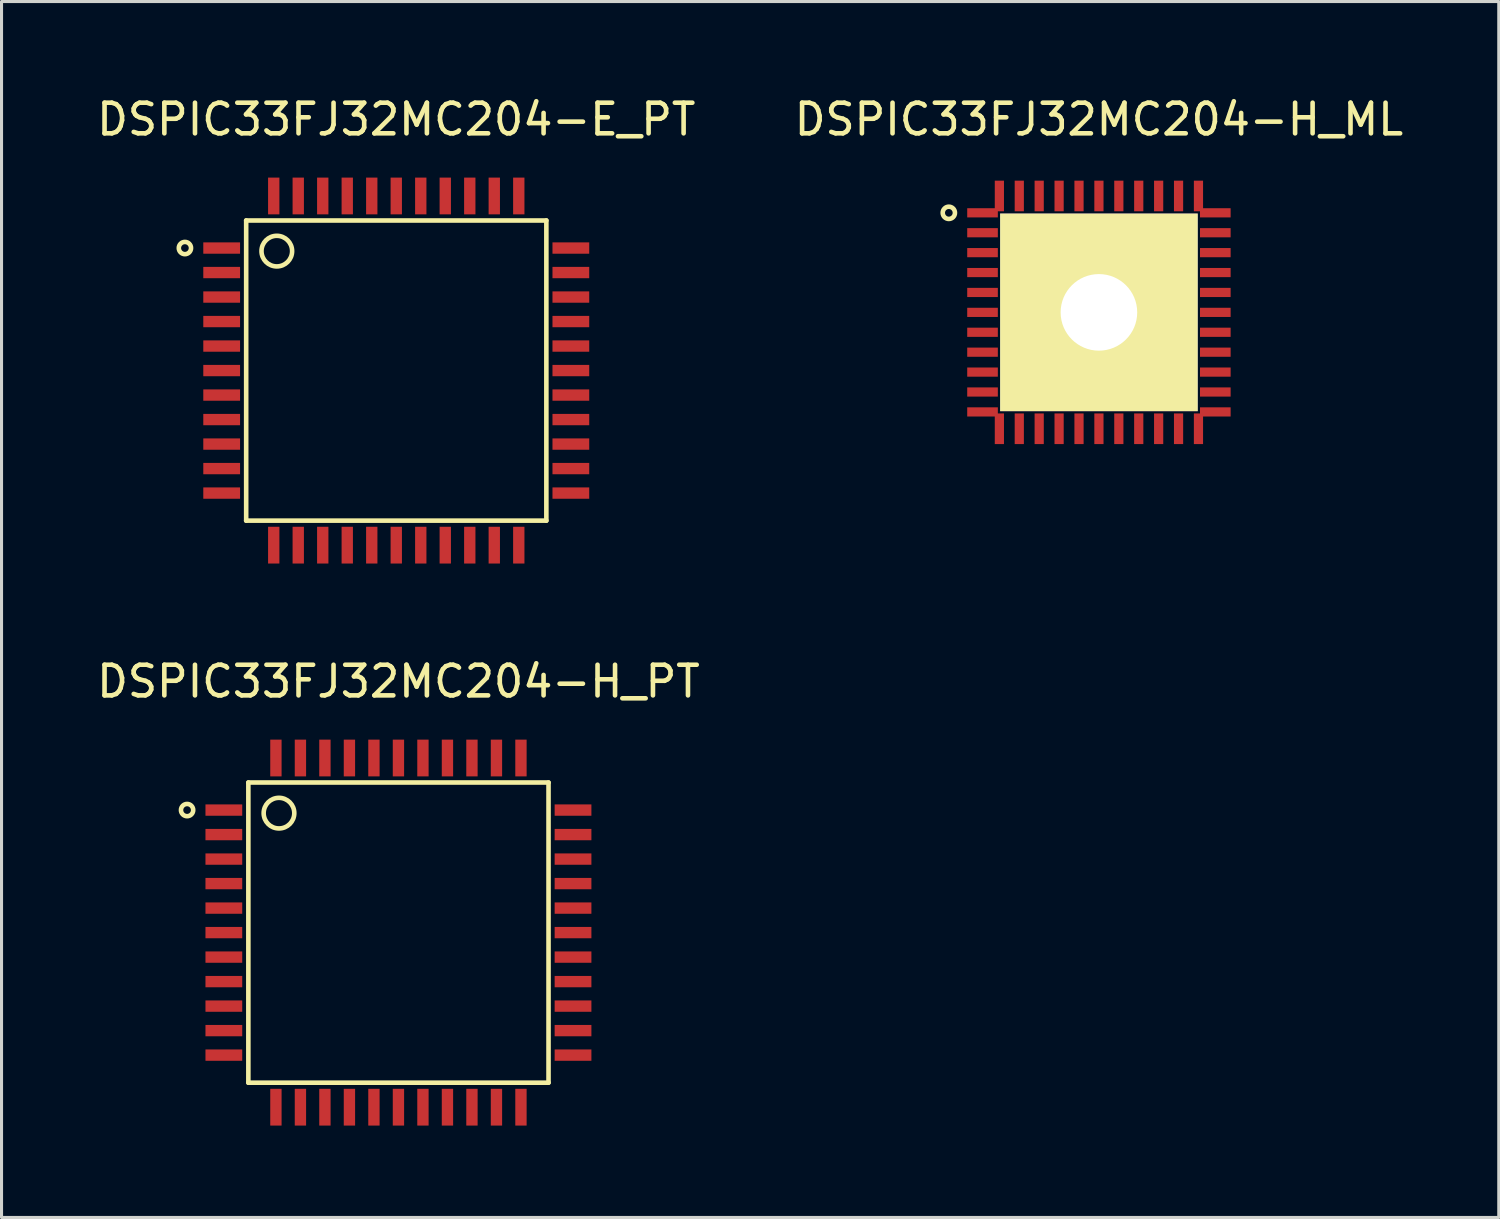
<source format=kicad_pcb>
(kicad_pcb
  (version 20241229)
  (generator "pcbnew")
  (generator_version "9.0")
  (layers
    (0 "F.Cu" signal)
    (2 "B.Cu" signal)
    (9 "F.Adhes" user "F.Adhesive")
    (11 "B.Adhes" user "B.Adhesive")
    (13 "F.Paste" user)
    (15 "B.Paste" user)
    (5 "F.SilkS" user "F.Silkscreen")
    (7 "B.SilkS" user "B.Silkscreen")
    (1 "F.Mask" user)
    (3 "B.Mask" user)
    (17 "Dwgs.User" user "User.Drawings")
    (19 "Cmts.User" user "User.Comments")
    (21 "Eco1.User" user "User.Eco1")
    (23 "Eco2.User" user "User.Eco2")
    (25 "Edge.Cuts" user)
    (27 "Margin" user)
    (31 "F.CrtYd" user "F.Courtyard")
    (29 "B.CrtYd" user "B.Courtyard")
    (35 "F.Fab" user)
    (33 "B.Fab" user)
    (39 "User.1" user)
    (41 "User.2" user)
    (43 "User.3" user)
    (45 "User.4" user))
  (footprint "DSPIC33FJ32MC204-H_PT"
    (layer "F.Cu")
    (at 4.258 21.697)
    (property "Reference" "DSPIC33FJ32MC204-H_PT" (at 5.7 -2.5 0) (layer "F.SilkS") (effects (font (size 1 1) (thickness 0.15))))
    (attr through_hole)
    (fp_line (start 0.8 0.8) (end 0.8 10.6) (stroke (width 0.15) (type solid)) (layer "F.SilkS"))
    (fp_line (start 0.8 0.8) (end 10.6 0.8) (stroke (width 0.15) (type solid)) (layer "F.SilkS"))
    (fp_line (start 0.8 10.6) (end 10.6 10.6) (stroke (width 0.15) (type solid)) (layer "F.SilkS"))
    (fp_line (start 10.6 10.6) (end 10.6 0.8) (stroke (width 0.15) (type solid)) (layer "F.SilkS"))
    (fp_circle (center -1.2 1.7) (end -1.2 1.5) (stroke (width 0.15) (type solid)) (fill no) (layer "F.SilkS"))
    (fp_circle (center 1.8 1.8) (end 1.8 1.3) (stroke (width 0.15) (type solid)) (fill no) (layer "F.SilkS"))
    (pad "1" smd rect (at 0 1.7) (size 1.2 0.37) (layers "F.Cu" "F.Mask" "F.Paste"))
    (pad "2" smd rect (at 0 2.5) (size 1.2 0.37) (layers "F.Cu" "F.Mask" "F.Paste"))
    (pad "3" smd rect (at 0 3.3) (size 1.2 0.37) (layers "F.Cu" "F.Mask" "F.Paste"))
    (pad "4" smd rect (at 0 4.1) (size 1.2 0.37) (layers "F.Cu" "F.Mask" "F.Paste"))
    (pad "5" smd rect (at 0 4.9) (size 1.2 0.37) (layers "F.Cu" "F.Mask" "F.Paste"))
    (pad "6" smd rect (at 0 5.7) (size 1.2 0.37) (layers "F.Cu" "F.Mask" "F.Paste"))
    (pad "7" smd rect (at 0 6.5) (size 1.2 0.37) (layers "F.Cu" "F.Mask" "F.Paste"))
    (pad "8" smd rect (at 0 7.3) (size 1.2 0.37) (layers "F.Cu" "F.Mask" "F.Paste"))
    (pad "9" smd rect (at 0 8.1) (size 1.2 0.37) (layers "F.Cu" "F.Mask" "F.Paste"))
    (pad "10" smd rect (at 0 8.9) (size 1.2 0.37) (layers "F.Cu" "F.Mask" "F.Paste"))
    (pad "11" smd rect (at 0 9.7) (size 1.2 0.37) (layers "F.Cu" "F.Mask" "F.Paste"))
    (pad "12" smd rect (at 1.7 11.4) (size 0.37 1.2) (layers "F.Cu" "F.Mask" "F.Paste"))
    (pad "13" smd rect (at 2.5 11.4) (size 0.37 1.2) (layers "F.Cu" "F.Mask" "F.Paste"))
    (pad "14" smd rect (at 3.3 11.4) (size 0.37 1.2) (layers "F.Cu" "F.Mask" "F.Paste"))
    (pad "15" smd rect (at 4.1 11.4) (size 0.37 1.2) (layers "F.Cu" "F.Mask" "F.Paste"))
    (pad "16" smd rect (at 4.9 11.4) (size 0.37 1.2) (layers "F.Cu" "F.Mask" "F.Paste"))
    (pad "17" smd rect (at 5.7 11.4) (size 0.37 1.2) (layers "F.Cu" "F.Mask" "F.Paste"))
    (pad "18" smd rect (at 6.5 11.4) (size 0.37 1.2) (layers "F.Cu" "F.Mask" "F.Paste"))
    (pad "19" smd rect (at 7.3 11.4) (size 0.37 1.2) (layers "F.Cu" "F.Mask" "F.Paste"))
    (pad "20" smd rect (at 8.1 11.4) (size 0.37 1.2) (layers "F.Cu" "F.Mask" "F.Paste"))
    (pad "21" smd rect (at 8.9 11.4) (size 0.37 1.2) (layers "F.Cu" "F.Mask" "F.Paste"))
    (pad "22" smd rect (at 9.7 11.4) (size 0.37 1.2) (layers "F.Cu" "F.Mask" "F.Paste"))
    (pad "23" smd rect (at 11.4 9.7) (size 1.2 0.37) (layers "F.Cu" "F.Mask" "F.Paste"))
    (pad "24" smd rect (at 11.4 8.9) (size 1.2 0.37) (layers "F.Cu" "F.Mask" "F.Paste"))
    (pad "25" smd rect (at 11.4 8.1) (size 1.2 0.37) (layers "F.Cu" "F.Mask" "F.Paste"))
    (pad "26" smd rect (at 11.4 7.3) (size 1.2 0.37) (layers "F.Cu" "F.Mask" "F.Paste"))
    (pad "27" smd rect (at 11.4 6.5) (size 1.2 0.37) (layers "F.Cu" "F.Mask" "F.Paste"))
    (pad "28" smd rect (at 11.4 5.7) (size 1.2 0.37) (layers "F.Cu" "F.Mask" "F.Paste"))
    (pad "29" smd rect (at 11.4 4.9) (size 1.2 0.37) (layers "F.Cu" "F.Mask" "F.Paste"))
    (pad "30" smd rect (at 11.4 4.1) (size 1.2 0.37) (layers "F.Cu" "F.Mask" "F.Paste"))
    (pad "31" smd rect (at 11.4 3.3) (size 1.2 0.37) (layers "F.Cu" "F.Mask" "F.Paste"))
    (pad "32" smd rect (at 11.4 2.5) (size 1.2 0.37) (layers "F.Cu" "F.Mask" "F.Paste"))
    (pad "33" smd rect (at 11.4 1.7) (size 1.2 0.37) (layers "F.Cu" "F.Mask" "F.Paste"))
    (pad "34" smd rect (at 9.7 0) (size 0.37 1.2) (layers "F.Cu" "F.Mask" "F.Paste"))
    (pad "35" smd rect (at 8.9 0) (size 0.37 1.2) (layers "F.Cu" "F.Mask" "F.Paste"))
    (pad "36" smd rect (at 8.1 0) (size 0.37 1.2) (layers "F.Cu" "F.Mask" "F.Paste"))
    (pad "37" smd rect (at 7.3 0) (size 0.37 1.2) (layers "F.Cu" "F.Mask" "F.Paste"))
    (pad "38" smd rect (at 6.5 0) (size 0.37 1.2) (layers "F.Cu" "F.Mask" "F.Paste"))
    (pad "39" smd rect (at 5.7 0) (size 0.37 1.2) (layers "F.Cu" "F.Mask" "F.Paste"))
    (pad "40" smd rect (at 4.9 0) (size 0.37 1.2) (layers "F.Cu" "F.Mask" "F.Paste"))
    (pad "41" smd rect (at 4.1 0) (size 0.37 1.2) (layers "F.Cu" "F.Mask" "F.Paste"))
    (pad "42" smd rect (at 3.3 0) (size 0.37 1.2) (layers "F.Cu" "F.Mask" "F.Paste"))
    (pad "43" smd rect (at 2.5 0) (size 0.37 1.2) (layers "F.Cu" "F.Mask" "F.Paste"))
    (pad "44" smd rect (at 1.7 0) (size 0.37 1.2) (layers "F.Cu" "F.Mask" "F.Paste")))
  (footprint "DSPIC33FJ32MC204-E_PT"
    (layer "F.Cu")
    (at 4.187 3.348)
    (property "Reference" "DSPIC33FJ32MC204-E_PT" (at 5.7 -2.5 0) (layer "F.SilkS") (effects (font (size 1 1) (thickness 0.15))))
    (attr through_hole)
    (fp_line (start 0.8 0.8) (end 0.8 10.6) (stroke (width 0.15) (type solid)) (layer "F.SilkS"))
    (fp_line (start 0.8 0.8) (end 10.6 0.8) (stroke (width 0.15) (type solid)) (layer "F.SilkS"))
    (fp_line (start 0.8 10.6) (end 10.6 10.6) (stroke (width 0.15) (type solid)) (layer "F.SilkS"))
    (fp_line (start 10.6 10.6) (end 10.6 0.8) (stroke (width 0.15) (type solid)) (layer "F.SilkS"))
    (fp_circle (center -1.2 1.7) (end -1.2 1.5) (stroke (width 0.15) (type solid)) (fill no) (layer "F.SilkS"))
    (fp_circle (center 1.8 1.8) (end 1.8 1.3) (stroke (width 0.15) (type solid)) (fill no) (layer "F.SilkS"))
    (pad "1" smd rect (at 0 1.7) (size 1.2 0.37) (layers "F.Cu" "F.Mask" "F.Paste"))
    (pad "2" smd rect (at 0 2.5) (size 1.2 0.37) (layers "F.Cu" "F.Mask" "F.Paste"))
    (pad "3" smd rect (at 0 3.3) (size 1.2 0.37) (layers "F.Cu" "F.Mask" "F.Paste"))
    (pad "4" smd rect (at 0 4.1) (size 1.2 0.37) (layers "F.Cu" "F.Mask" "F.Paste"))
    (pad "5" smd rect (at 0 4.9) (size 1.2 0.37) (layers "F.Cu" "F.Mask" "F.Paste"))
    (pad "6" smd rect (at 0 5.7) (size 1.2 0.37) (layers "F.Cu" "F.Mask" "F.Paste"))
    (pad "7" smd rect (at 0 6.5) (size 1.2 0.37) (layers "F.Cu" "F.Mask" "F.Paste"))
    (pad "8" smd rect (at 0 7.3) (size 1.2 0.37) (layers "F.Cu" "F.Mask" "F.Paste"))
    (pad "9" smd rect (at 0 8.1) (size 1.2 0.37) (layers "F.Cu" "F.Mask" "F.Paste"))
    (pad "10" smd rect (at 0 8.9) (size 1.2 0.37) (layers "F.Cu" "F.Mask" "F.Paste"))
    (pad "11" smd rect (at 0 9.7) (size 1.2 0.37) (layers "F.Cu" "F.Mask" "F.Paste"))
    (pad "12" smd rect (at 1.7 11.4) (size 0.37 1.2) (layers "F.Cu" "F.Mask" "F.Paste"))
    (pad "13" smd rect (at 2.5 11.4) (size 0.37 1.2) (layers "F.Cu" "F.Mask" "F.Paste"))
    (pad "14" smd rect (at 3.3 11.4) (size 0.37 1.2) (layers "F.Cu" "F.Mask" "F.Paste"))
    (pad "15" smd rect (at 4.1 11.4) (size 0.37 1.2) (layers "F.Cu" "F.Mask" "F.Paste"))
    (pad "16" smd rect (at 4.9 11.4) (size 0.37 1.2) (layers "F.Cu" "F.Mask" "F.Paste"))
    (pad "17" smd rect (at 5.7 11.4) (size 0.37 1.2) (layers "F.Cu" "F.Mask" "F.Paste"))
    (pad "18" smd rect (at 6.5 11.4) (size 0.37 1.2) (layers "F.Cu" "F.Mask" "F.Paste"))
    (pad "19" smd rect (at 7.3 11.4) (size 0.37 1.2) (layers "F.Cu" "F.Mask" "F.Paste"))
    (pad "20" smd rect (at 8.1 11.4) (size 0.37 1.2) (layers "F.Cu" "F.Mask" "F.Paste"))
    (pad "21" smd rect (at 8.9 11.4) (size 0.37 1.2) (layers "F.Cu" "F.Mask" "F.Paste"))
    (pad "22" smd rect (at 9.7 11.4) (size 0.37 1.2) (layers "F.Cu" "F.Mask" "F.Paste"))
    (pad "23" smd rect (at 11.4 9.7) (size 1.2 0.37) (layers "F.Cu" "F.Mask" "F.Paste"))
    (pad "24" smd rect (at 11.4 8.9) (size 1.2 0.37) (layers "F.Cu" "F.Mask" "F.Paste"))
    (pad "25" smd rect (at 11.4 8.1) (size 1.2 0.37) (layers "F.Cu" "F.Mask" "F.Paste"))
    (pad "26" smd rect (at 11.4 7.3) (size 1.2 0.37) (layers "F.Cu" "F.Mask" "F.Paste"))
    (pad "27" smd rect (at 11.4 6.5) (size 1.2 0.37) (layers "F.Cu" "F.Mask" "F.Paste"))
    (pad "28" smd rect (at 11.4 5.7) (size 1.2 0.37) (layers "F.Cu" "F.Mask" "F.Paste"))
    (pad "29" smd rect (at 11.4 4.9) (size 1.2 0.37) (layers "F.Cu" "F.Mask" "F.Paste"))
    (pad "30" smd rect (at 11.4 4.1) (size 1.2 0.37) (layers "F.Cu" "F.Mask" "F.Paste"))
    (pad "31" smd rect (at 11.4 3.3) (size 1.2 0.37) (layers "F.Cu" "F.Mask" "F.Paste"))
    (pad "32" smd rect (at 11.4 2.5) (size 1.2 0.37) (layers "F.Cu" "F.Mask" "F.Paste"))
    (pad "33" smd rect (at 11.4 1.7) (size 1.2 0.37) (layers "F.Cu" "F.Mask" "F.Paste"))
    (pad "34" smd rect (at 9.7 0) (size 0.37 1.2) (layers "F.Cu" "F.Mask" "F.Paste"))
    (pad "35" smd rect (at 8.9 0) (size 0.37 1.2) (layers "F.Cu" "F.Mask" "F.Paste"))
    (pad "36" smd rect (at 8.1 0) (size 0.37 1.2) (layers "F.Cu" "F.Mask" "F.Paste"))
    (pad "37" smd rect (at 7.3 0) (size 0.37 1.2) (layers "F.Cu" "F.Mask" "F.Paste"))
    (pad "38" smd rect (at 6.5 0) (size 0.37 1.2) (layers "F.Cu" "F.Mask" "F.Paste"))
    (pad "39" smd rect (at 5.7 0) (size 0.37 1.2) (layers "F.Cu" "F.Mask" "F.Paste"))
    (pad "40" smd rect (at 4.9 0) (size 0.37 1.2) (layers "F.Cu" "F.Mask" "F.Paste"))
    (pad "41" smd rect (at 4.1 0) (size 0.37 1.2) (layers "F.Cu" "F.Mask" "F.Paste"))
    (pad "42" smd rect (at 3.3 0) (size 0.37 1.2) (layers "F.Cu" "F.Mask" "F.Paste"))
    (pad "43" smd rect (at 2.5 0) (size 0.37 1.2) (layers "F.Cu" "F.Mask" "F.Paste"))
    (pad "44" smd rect (at 1.7 0) (size 0.37 1.2) (layers "F.Cu" "F.Mask" "F.Paste")))
  (footprint "DSPIC33FJ32MC204-H_ML"
    (layer "F.Cu")
    (at 29.027 3.348)
    (property "Reference" "DSPIC33FJ32MC204-H_ML" (at 3.8 -2.5 0) (layer "F.SilkS") (effects (font (size 1 1) (thickness 0.15))))
    (attr through_hole)
    (fp_line (start 0.7 0.7) (end 0.7 6.9) (stroke (width 0.15) (type solid)) (layer "F.SilkS"))
    (fp_line (start 0.7 0.7) (end 6.9 0.7) (stroke (width 0.15) (type solid)) (layer "F.SilkS"))
    (fp_line (start 0.7 6.9) (end 6.9 6.9) (stroke (width 0.15) (type solid)) (layer "F.SilkS"))
    (fp_line (start 6.9 6.9) (end 6.9 0.7) (stroke (width 0.15) (type solid)) (layer "F.SilkS"))
    (fp_circle (center -1.1 0.55) (end -1.1 0.35) (stroke (width 0.15) (type solid)) (fill no) (layer "F.SilkS"))
    (fp_circle (center 1.7 1.7) (end 1.7 1.2) (stroke (width 0.15) (type solid)) (fill no) (layer "F.SilkS"))
    (pad "1" smd rect (at 0 0.55) (size 1 0.3) (layers "F.Cu" "F.Mask" "F.Paste"))
    (pad "2" smd rect (at 0 1.2) (size 1 0.3) (layers "F.Cu" "F.Mask" "F.Paste"))
    (pad "3" smd rect (at 0 1.85) (size 1 0.3) (layers "F.Cu" "F.Mask" "F.Paste"))
    (pad "4" smd rect (at 0 2.5) (size 1 0.3) (layers "F.Cu" "F.Mask" "F.Paste"))
    (pad "5" smd rect (at 0 3.15) (size 1 0.3) (layers "F.Cu" "F.Mask" "F.Paste"))
    (pad "6" smd rect (at 0 3.8) (size 1 0.3) (layers "F.Cu" "F.Mask" "F.Paste"))
    (pad "7" smd rect (at 0 4.45) (size 1 0.3) (layers "F.Cu" "F.Mask" "F.Paste"))
    (pad "8" smd rect (at 0 5.1) (size 1 0.3) (layers "F.Cu" "F.Mask" "F.Paste"))
    (pad "9" smd rect (at 0 5.75) (size 1 0.3) (layers "F.Cu" "F.Mask" "F.Paste"))
    (pad "10" smd rect (at 0 6.4) (size 1 0.3) (layers "F.Cu" "F.Mask" "F.Paste"))
    (pad "11" smd rect (at 0 7.05) (size 1 0.3) (layers "F.Cu" "F.Mask" "F.Paste"))
    (pad "12" smd rect (at 0.55 7.6) (size 0.3 1) (layers "F.Cu" "F.Mask" "F.Paste"))
    (pad "13" smd rect (at 1.2 7.6) (size 0.3 1) (layers "F.Cu" "F.Mask" "F.Paste"))
    (pad "14" smd rect (at 1.85 7.6) (size 0.3 1) (layers "F.Cu" "F.Mask" "F.Paste"))
    (pad "15" smd rect (at 2.5 7.6) (size 0.3 1) (layers "F.Cu" "F.Mask" "F.Paste"))
    (pad "16" smd rect (at 3.15 7.6) (size 0.3 1) (layers "F.Cu" "F.Mask" "F.Paste"))
    (pad "17" smd rect (at 3.8 7.6) (size 0.3 1) (layers "F.Cu" "F.Mask" "F.Paste"))
    (pad "18" smd rect (at 4.45 7.6) (size 0.3 1) (layers "F.Cu" "F.Mask" "F.Paste"))
    (pad "19" smd rect (at 5.1 7.6) (size 0.3 1) (layers "F.Cu" "F.Mask" "F.Paste"))
    (pad "20" smd rect (at 5.75 7.6) (size 0.3 1) (layers "F.Cu" "F.Mask" "F.Paste"))
    (pad "21" smd rect (at 6.4 7.6) (size 0.3 1) (layers "F.Cu" "F.Mask" "F.Paste"))
    (pad "22" smd rect (at 7.05 7.6) (size 0.3 1) (layers "F.Cu" "F.Mask" "F.Paste"))
    (pad "23" smd rect (at 7.6 7.05) (size 1 0.3) (layers "F.Cu" "F.Mask" "F.Paste"))
    (pad "24" smd rect (at 7.6 6.4) (size 1 0.3) (layers "F.Cu" "F.Mask" "F.Paste"))
    (pad "25" smd rect (at 7.6 5.75) (size 1 0.3) (layers "F.Cu" "F.Mask" "F.Paste"))
    (pad "26" smd rect (at 7.6 5.1) (size 1 0.3) (layers "F.Cu" "F.Mask" "F.Paste"))
    (pad "27" smd rect (at 7.6 4.45) (size 1 0.3) (layers "F.Cu" "F.Mask" "F.Paste"))
    (pad "28" smd rect (at 7.6 3.8) (size 1 0.3) (layers "F.Cu" "F.Mask" "F.Paste"))
    (pad "29" smd rect (at 7.6 3.15) (size 1 0.3) (layers "F.Cu" "F.Mask" "F.Paste"))
    (pad "30" smd rect (at 7.6 2.5) (size 1 0.3) (layers "F.Cu" "F.Mask" "F.Paste"))
    (pad "31" smd rect (at 7.6 1.85) (size 1 0.3) (layers "F.Cu" "F.Mask" "F.Paste"))
    (pad "32" smd rect (at 7.6 1.2) (size 1 0.3) (layers "F.Cu" "F.Mask" "F.Paste"))
    (pad "33" smd rect (at 7.6 0.55) (size 1 0.3) (layers "F.Cu" "F.Mask" "F.Paste"))
    (pad "34" smd rect (at 7.05 0) (size 0.3 1) (layers "F.Cu" "F.Mask" "F.Paste"))
    (pad "35" smd rect (at 6.4 0) (size 0.3 1) (layers "F.Cu" "F.Mask" "F.Paste"))
    (pad "36" smd rect (at 5.75 0) (size 0.3 1) (layers "F.Cu" "F.Mask" "F.Paste"))
    (pad "37" smd rect (at 5.1 0) (size 0.3 1) (layers "F.Cu" "F.Mask" "F.Paste"))
    (pad "38" smd rect (at 4.45 0) (size 0.3 1) (layers "F.Cu" "F.Mask" "F.Paste"))
    (pad "39" smd rect (at 3.8 0) (size 0.3 1) (layers "F.Cu" "F.Mask" "F.Paste"))
    (pad "40" smd rect (at 3.15 0) (size 0.3 1) (layers "F.Cu" "F.Mask" "F.Paste"))
    (pad "41" smd rect (at 2.5 0) (size 0.3 1) (layers "F.Cu" "F.Mask" "F.Paste"))
    (pad "42" smd rect (at 1.85 0) (size 0.3 1) (layers "F.Cu" "F.Mask" "F.Paste"))
    (pad "43" smd rect (at 1.2 0) (size 0.3 1) (layers "F.Cu" "F.Mask" "F.Paste"))
    (pad "44" smd rect (at 0.55 0) (size 0.3 1) (layers "F.Cu" "F.Mask" "F.Paste"))
    (pad "999" thru_hole rect (at 3.8 3.8) (size 6.45 6.45) (drill 2.5) (layers "*.Cu" "*.Mask" "F.SilkS")))
  (gr_rect
    (start -3 -3)
    (end 45.881 36.697)
    (stroke (width 0.1) (type default))
    (fill no)
    (layer "Edge.Cuts")))
</source>
